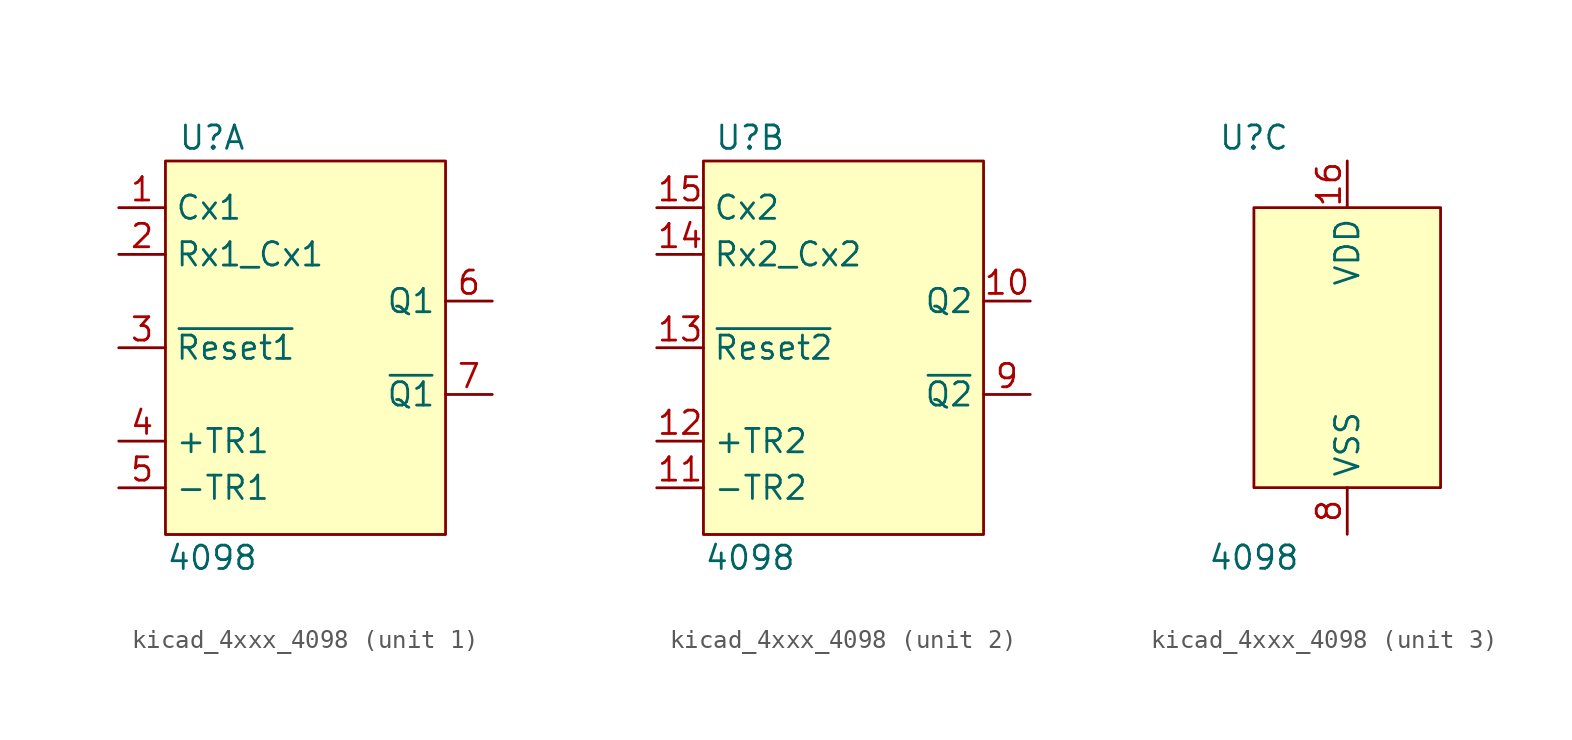
<source format=kicad_sym>
(kicad_symbol_lib
  (version 20220914)
  (generator kicad_symbol_editor)
  (symbol "kicad_4xxx_4098"
    (property "Reference" "U"
      (at -5.08 11.43 0)
      (effects (font (size 1.27 1.27))))
    (property "Value" "4098"
      (at -5.08 -11.43 0)
      (effects (font (size 1.27 1.27))))
    (symbol "kicad_4xxx_4098_1_1"
      (rectangle (start -7.62 10.16) (end 7.62 -10.16) (stroke (width 0) (type default)) (fill (type background)))
      (pin input line (at -10.16 7.62 0) (length 2.54) (name "Cx1" (effects (font (size 1.27 1.27)))) (number "1" (effects (font (size 1.27 1.27)))))
      (pin input line (at -10.16 5.08 0) (length 2.54) (name "Rx1_Cx1" (effects (font (size 1.27 1.27)))) (number "2" (effects (font (size 1.27 1.27)))))
      (pin input line (at -10.16 0 0) (length 2.54) (name "~{Reset1}" (effects (font (size 1.27 1.27)))) (number "3" (effects (font (size 1.27 1.27)))))
      (pin input line (at -10.16 -5.08 0) (length 2.54) (name "+TR1" (effects (font (size 1.27 1.27)))) (number "4" (effects (font (size 1.27 1.27)))))
      (pin input line (at -10.16 -7.62 0) (length 2.54) (name "-TR1" (effects (font (size 1.27 1.27)))) (number "5" (effects (font (size 1.27 1.27)))))
      (pin output line (at 10.16 2.54 180) (length 2.54) (name "Q1" (effects (font (size 1.27 1.27)))) (number "6" (effects (font (size 1.27 1.27)))))
      (pin output line (at 10.16 -2.54 180) (length 2.54) (name "~{Q1}" (effects (font (size 1.27 1.27)))) (number "7" (effects (font (size 1.27 1.27))))))
    (symbol "kicad_4xxx_4098_2_1"
      (rectangle (start -7.62 10.16) (end 7.62 -10.16) (stroke (width 0) (type default)) (fill (type background)))
      (pin output line (at 10.16 2.54 180) (length 2.54) (name "Q2" (effects (font (size 1.27 1.27)))) (number "10" (effects (font (size 1.27 1.27)))))
      (pin input line (at -10.16 -7.62 0) (length 2.54) (name "-TR2" (effects (font (size 1.27 1.27)))) (number "11" (effects (font (size 1.27 1.27)))))
      (pin input line (at -10.16 -5.08 0) (length 2.54) (name "+TR2" (effects (font (size 1.27 1.27)))) (number "12" (effects (font (size 1.27 1.27)))))
      (pin input line (at -10.16 0 0) (length 2.54) (name "~{Reset2}" (effects (font (size 1.27 1.27)))) (number "13" (effects (font (size 1.27 1.27)))))
      (pin input line (at -10.16 5.08 0) (length 2.54) (name "Rx2_Cx2" (effects (font (size 1.27 1.27)))) (number "14" (effects (font (size 1.27 1.27)))))
      (pin input line (at -10.16 7.62 0) (length 2.54) (name "Cx2" (effects (font (size 1.27 1.27)))) (number "15" (effects (font (size 1.27 1.27)))))
      (pin output line (at 10.16 -2.54 180) (length 2.54) (name "~{Q2}" (effects (font (size 1.27 1.27)))) (number "9" (effects (font (size 1.27 1.27))))))
    (symbol "kicad_4xxx_4098_3_1"
      (rectangle (start -5.08 7.62) (end 5.08 -7.62) (stroke (width 0) (type default)) (fill (type background)))
      (pin power_in line (at 0 10.16 270) (length 2.54) (name "VDD" (effects (font (size 1.27 1.27)))) (number "16" (effects (font (size 1.27 1.27)))))
      (pin power_in line (at 0 -10.16 90) (length 2.54) (name "VSS" (effects (font (size 1.27 1.27)))) (number "8" (effects (font (size 1.27 1.27))))))))
</source>
